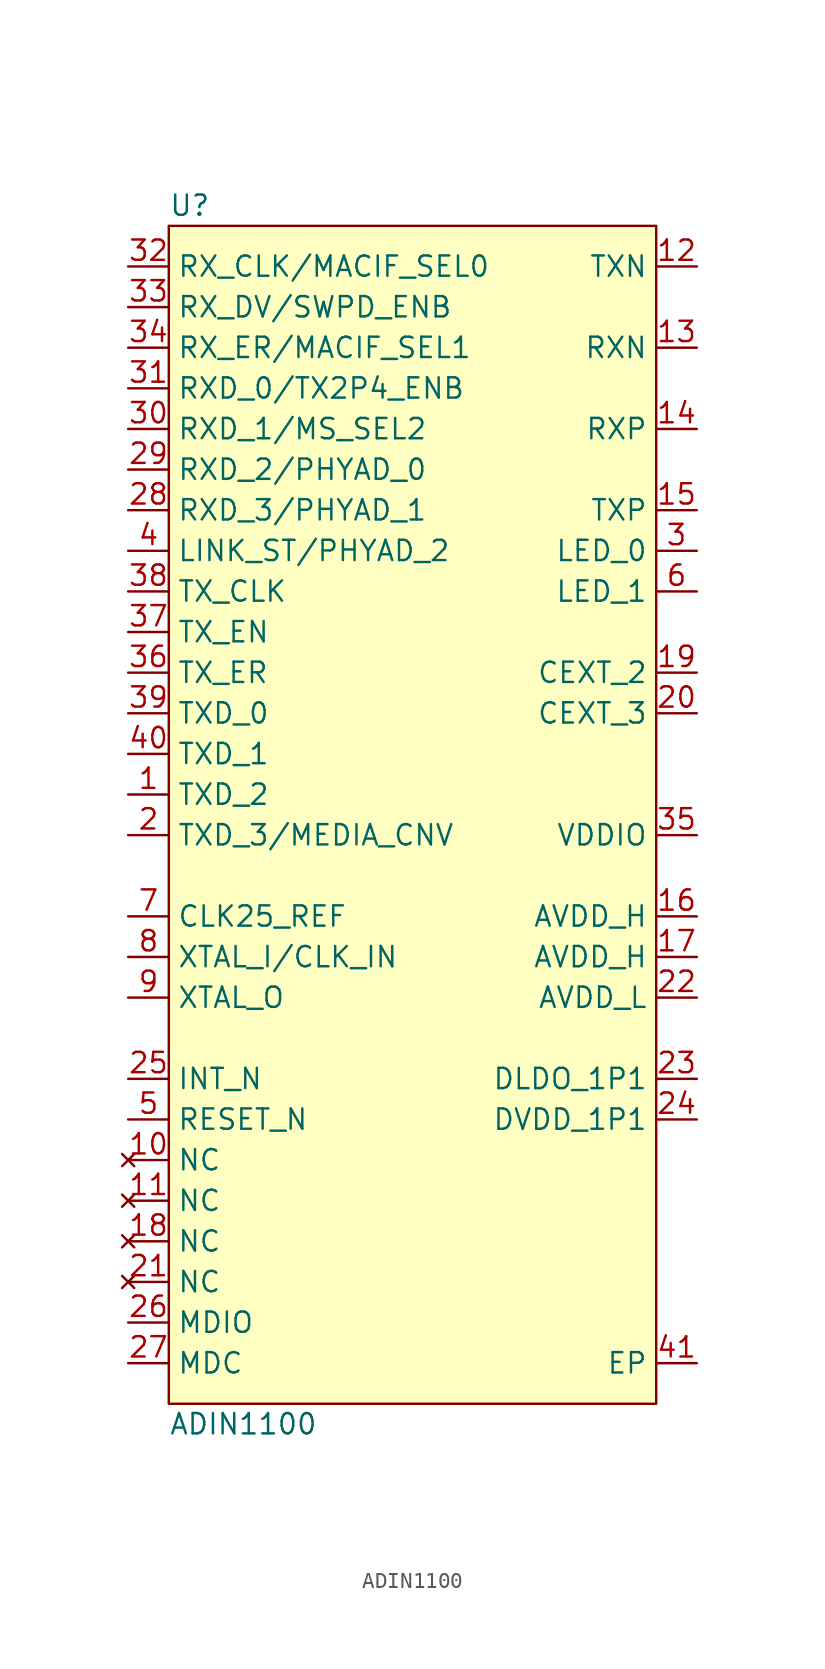
<source format=kicad_sym>
(kicad_symbol_lib
  (version 20211014)
  (generator kicad_symbol_editor)
  (symbol "ADIN1100"
    (property "Reference" "U"
      (at 0 1.27 0)
      (effects (font (size 1.27 1.27)) (justify left)))
    (property "Value" "ADIN1100"
      (at 0 -74.93 0)
      (effects (font (size 1.27 1.27)) (justify left)))
    (symbol "ADIN1100_0_1"
      (rectangle (start 0 0) (end 30.48 -73.66) (stroke (width 0) (type default) (color 0 0 0 0)) (fill (type background))))
    (symbol "ADIN1100_1_1"
      (pin input line (at -2.54 -35.56 0) (length 2.54) (name "TXD_2" (effects (font (size 1.27 1.27)))) (number "1" (effects (font (size 1.27 1.27)))))
      (pin no_connect line (at -2.54 -58.42 0) (length 2.54) (name "NC" (effects (font (size 1.27 1.27)))) (number "10" (effects (font (size 1.27 1.27)))))
      (pin no_connect line (at -2.54 -60.96 0) (length 2.54) (name "NC" (effects (font (size 1.27 1.27)))) (number "11" (effects (font (size 1.27 1.27)))))
      (pin bidirectional line (at 33.02 -2.54 180) (length 2.54) (name "TXN" (effects (font (size 1.27 1.27)))) (number "12" (effects (font (size 1.27 1.27)))))
      (pin bidirectional line (at 33.02 -7.62 180) (length 2.54) (name "RXN" (effects (font (size 1.27 1.27)))) (number "13" (effects (font (size 1.27 1.27)))))
      (pin bidirectional line (at 33.02 -12.7 180) (length 2.54) (name "RXP" (effects (font (size 1.27 1.27)))) (number "14" (effects (font (size 1.27 1.27)))))
      (pin bidirectional line (at 33.02 -17.78 180) (length 2.54) (name "TXP" (effects (font (size 1.27 1.27)))) (number "15" (effects (font (size 1.27 1.27)))))
      (pin power_in line (at 33.02 -43.18 180) (length 2.54) (name "AVDD_H" (effects (font (size 1.27 1.27)))) (number "16" (effects (font (size 1.27 1.27)))))
      (pin power_in line (at 33.02 -45.72 180) (length 2.54) (name "AVDD_H" (effects (font (size 1.27 1.27)))) (number "17" (effects (font (size 1.27 1.27)))))
      (pin no_connect line (at -2.54 -63.5 0) (length 2.54) (name "NC" (effects (font (size 1.27 1.27)))) (number "18" (effects (font (size 1.27 1.27)))))
      (pin input line (at 33.02 -27.94 180) (length 2.54) (name "CEXT_2" (effects (font (size 1.27 1.27)))) (number "19" (effects (font (size 1.27 1.27)))))
      (pin input line (at -2.54 -38.1 0) (length 2.54) (name "TXD_3/MEDIA_CNV" (effects (font (size 1.27 1.27)))) (number "2" (effects (font (size 1.27 1.27)))))
      (pin input line (at 33.02 -30.48 180) (length 2.54) (name "CEXT_3" (effects (font (size 1.27 1.27)))) (number "20" (effects (font (size 1.27 1.27)))))
      (pin no_connect line (at -2.54 -66.04 0) (length 2.54) (name "NC" (effects (font (size 1.27 1.27)))) (number "21" (effects (font (size 1.27 1.27)))))
      (pin power_in line (at 33.02 -48.26 180) (length 2.54) (name "AVDD_L" (effects (font (size 1.27 1.27)))) (number "22" (effects (font (size 1.27 1.27)))))
      (pin power_in line (at 33.02 -53.34 180) (length 2.54) (name "DLDO_1P1" (effects (font (size 1.27 1.27)))) (number "23" (effects (font (size 1.27 1.27)))))
      (pin power_in line (at 33.02 -55.88 180) (length 2.54) (name "DVDD_1P1" (effects (font (size 1.27 1.27)))) (number "24" (effects (font (size 1.27 1.27)))))
      (pin output line (at -2.54 -53.34 0) (length 2.54) (name "INT_N" (effects (font (size 1.27 1.27)))) (number "25" (effects (font (size 1.27 1.27)))))
      (pin bidirectional line (at -2.54 -68.58 0) (length 2.54) (name "MDIO" (effects (font (size 1.27 1.27)))) (number "26" (effects (font (size 1.27 1.27)))))
      (pin input line (at -2.54 -71.12 0) (length 2.54) (name "MDC" (effects (font (size 1.27 1.27)))) (number "27" (effects (font (size 1.27 1.27)))))
      (pin output line (at -2.54 -17.78 0) (length 2.54) (name "RXD_3/PHYAD_1" (effects (font (size 1.27 1.27)))) (number "28" (effects (font (size 1.27 1.27)))))
      (pin output line (at -2.54 -15.24 0) (length 2.54) (name "RXD_2/PHYAD_0" (effects (font (size 1.27 1.27)))) (number "29" (effects (font (size 1.27 1.27)))))
      (pin output line (at 33.02 -20.32 180) (length 2.54) (name "LED_0" (effects (font (size 1.27 1.27)))) (number "3" (effects (font (size 1.27 1.27)))))
      (pin output line (at -2.54 -12.7 0) (length 2.54) (name "RXD_1/MS_SEL2" (effects (font (size 1.27 1.27)))) (number "30" (effects (font (size 1.27 1.27)))))
      (pin output line (at -2.54 -10.16 0) (length 2.54) (name "RXD_0/TX2P4_ENB" (effects (font (size 1.27 1.27)))) (number "31" (effects (font (size 1.27 1.27)))))
      (pin output line (at -2.54 -2.54 0) (length 2.54) (name "RX_CLK/MACIF_SEL0" (effects (font (size 1.27 1.27)))) (number "32" (effects (font (size 1.27 1.27)))))
      (pin output line (at -2.54 -5.08 0) (length 2.54) (name "RX_DV/SWPD_ENB" (effects (font (size 1.27 1.27)))) (number "33" (effects (font (size 1.27 1.27)))))
      (pin output line (at -2.54 -7.62 0) (length 2.54) (name "RX_ER/MACIF_SEL1" (effects (font (size 1.27 1.27)))) (number "34" (effects (font (size 1.27 1.27)))))
      (pin power_in line (at 33.02 -38.1 180) (length 2.54) (name "VDDIO" (effects (font (size 1.27 1.27)))) (number "35" (effects (font (size 1.27 1.27)))))
      (pin input line (at -2.54 -27.94 0) (length 2.54) (name "TX_ER" (effects (font (size 1.27 1.27)))) (number "36" (effects (font (size 1.27 1.27)))))
      (pin input line (at -2.54 -25.4 0) (length 2.54) (name "TX_EN" (effects (font (size 1.27 1.27)))) (number "37" (effects (font (size 1.27 1.27)))))
      (pin output line (at -2.54 -22.86 0) (length 2.54) (name "TX_CLK" (effects (font (size 1.27 1.27)))) (number "38" (effects (font (size 1.27 1.27)))))
      (pin input line (at -2.54 -30.48 0) (length 2.54) (name "TXD_0" (effects (font (size 1.27 1.27)))) (number "39" (effects (font (size 1.27 1.27)))))
      (pin output line (at -2.54 -20.32 0) (length 2.54) (name "LINK_ST/PHYAD_2" (effects (font (size 1.27 1.27)))) (number "4" (effects (font (size 1.27 1.27)))))
      (pin input line (at -2.54 -33.02 0) (length 2.54) (name "TXD_1" (effects (font (size 1.27 1.27)))) (number "40" (effects (font (size 1.27 1.27)))))
      (pin power_in line (at 33.02 -71.12 180) (length 2.54) (name "EP" (effects (font (size 1.27 1.27)))) (number "41" (effects (font (size 1.27 1.27)))))
      (pin input line (at -2.54 -55.88 0) (length 2.54) (name "RESET_N" (effects (font (size 1.27 1.27)))) (number "5" (effects (font (size 1.27 1.27)))))
      (pin output line (at 33.02 -22.86 180) (length 2.54) (name "LED_1" (effects (font (size 1.27 1.27)))) (number "6" (effects (font (size 1.27 1.27)))))
      (pin output line (at -2.54 -43.18 0) (length 2.54) (name "CLK25_REF" (effects (font (size 1.27 1.27)))) (number "7" (effects (font (size 1.27 1.27)))))
      (pin input line (at -2.54 -45.72 0) (length 2.54) (name "XTAL_I/CLK_IN" (effects (font (size 1.27 1.27)))) (number "8" (effects (font (size 1.27 1.27)))))
      (pin output line (at -2.54 -48.26 0) (length 2.54) (name "XTAL_O" (effects (font (size 1.27 1.27)))) (number "9" (effects (font (size 1.27 1.27))))))))
</source>
